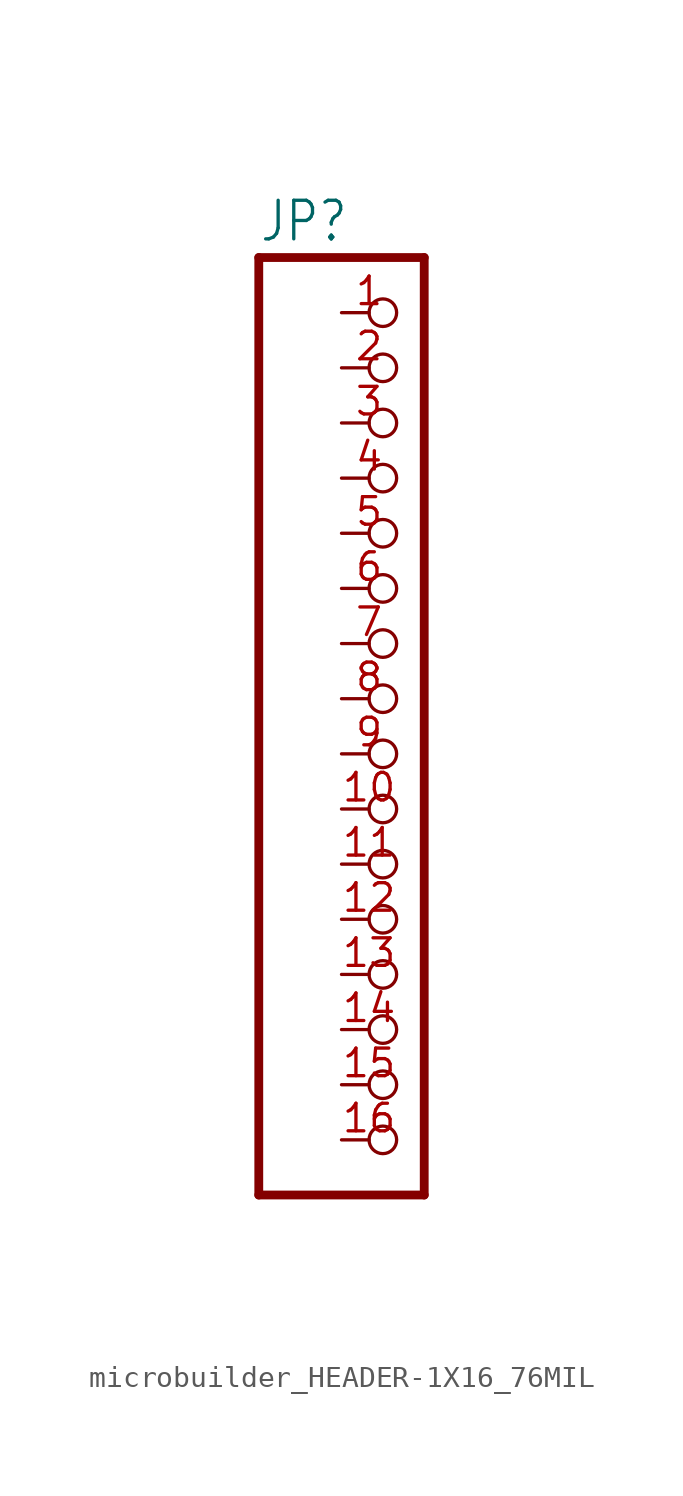
<source format=kicad_sym>
(kicad_symbol_lib
  (version 20231120)
  (generator "kicad_symbol_editor")
  (generator_version "8.0")
  (symbol "microbuilder_HEADER-1X16_76MIL"
    (property "Reference" "JP"
      (at -6.35 20.955 0)
      (effects (font (size 1.778 1.511)) (justify left bottom)))
    (property "Value" ""
      (at -6.35 -25.4 0)
      (effects (font (size 1.778 1.511)) (justify left bottom)))
    (property "ki_locked" ""
      (at 0 0 0)
      (effects (font (size 1.27 1.27))))
    (symbol "microbuilder_HEADER-1X16_76MIL_1_0"
      (polyline (pts (xy -6.35 -22.86) (xy 1.27 -22.86)) (stroke (width 0.406) (type solid)) (fill (type none)))
      (polyline (pts (xy -6.35 20.32) (xy -6.35 -22.86)) (stroke (width 0.406) (type solid)) (fill (type none)))
      (polyline (pts (xy 1.27 -22.86) (xy 1.27 20.32)) (stroke (width 0.406) (type solid)) (fill (type none)))
      (polyline (pts (xy 1.27 20.32) (xy -6.35 20.32)) (stroke (width 0.406) (type solid)) (fill (type none)))
      (pin passive inverted (at -2.54 17.78 0) (length 2.54) (name "1" (effects (font (size 0 0)))) (number "1" (effects (font (size 1.27 1.27)))))
      (pin passive inverted (at -2.54 -5.08 0) (length 2.54) (name "10" (effects (font (size 0 0)))) (number "10" (effects (font (size 1.27 1.27)))))
      (pin passive inverted (at -2.54 -7.62 0) (length 2.54) (name "11" (effects (font (size 0 0)))) (number "11" (effects (font (size 1.27 1.27)))))
      (pin passive inverted (at -2.54 -10.16 0) (length 2.54) (name "12" (effects (font (size 0 0)))) (number "12" (effects (font (size 1.27 1.27)))))
      (pin passive inverted (at -2.54 -12.7 0) (length 2.54) (name "13" (effects (font (size 0 0)))) (number "13" (effects (font (size 1.27 1.27)))))
      (pin passive inverted (at -2.54 -15.24 0) (length 2.54) (name "14" (effects (font (size 0 0)))) (number "14" (effects (font (size 1.27 1.27)))))
      (pin passive inverted (at -2.54 -17.78 0) (length 2.54) (name "15" (effects (font (size 0 0)))) (number "15" (effects (font (size 1.27 1.27)))))
      (pin passive inverted (at -2.54 -20.32 0) (length 2.54) (name "16" (effects (font (size 0 0)))) (number "16" (effects (font (size 1.27 1.27)))))
      (pin passive inverted (at -2.54 15.24 0) (length 2.54) (name "2" (effects (font (size 0 0)))) (number "2" (effects (font (size 1.27 1.27)))))
      (pin passive inverted (at -2.54 12.7 0) (length 2.54) (name "3" (effects (font (size 0 0)))) (number "3" (effects (font (size 1.27 1.27)))))
      (pin passive inverted (at -2.54 10.16 0) (length 2.54) (name "4" (effects (font (size 0 0)))) (number "4" (effects (font (size 1.27 1.27)))))
      (pin passive inverted (at -2.54 7.62 0) (length 2.54) (name "5" (effects (font (size 0 0)))) (number "5" (effects (font (size 1.27 1.27)))))
      (pin passive inverted (at -2.54 5.08 0) (length 2.54) (name "6" (effects (font (size 0 0)))) (number "6" (effects (font (size 1.27 1.27)))))
      (pin passive inverted (at -2.54 2.54 0) (length 2.54) (name "7" (effects (font (size 0 0)))) (number "7" (effects (font (size 1.27 1.27)))))
      (pin passive inverted (at -2.54 0 0) (length 2.54) (name "8" (effects (font (size 0 0)))) (number "8" (effects (font (size 1.27 1.27)))))
      (pin passive inverted (at -2.54 -2.54 0) (length 2.54) (name "9" (effects (font (size 0 0)))) (number "9" (effects (font (size 1.27 1.27))))))))
</source>
